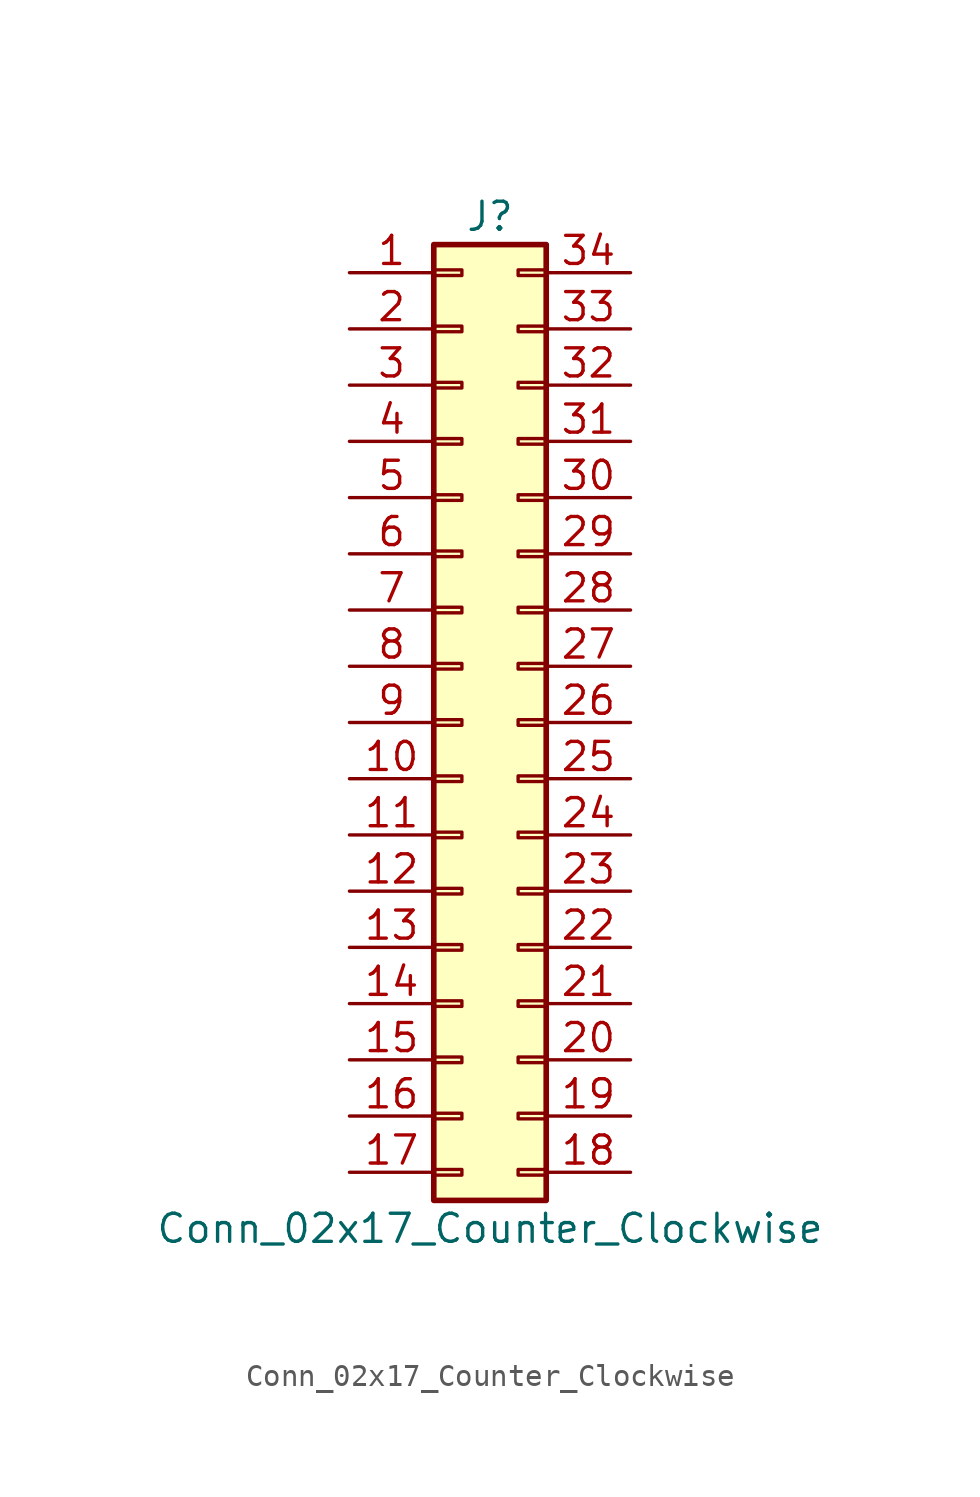
<source format=kicad_sym>
(kicad_symbol_lib
  (version 20201005)
  (generator kicad_symbol_editor)
  (symbol "Connector_Generic:Conn_02x17_Counter_Clockwise"
    (pin_names
      (offset 1.016) hide)
    (property "Reference" "J"
      (at 1.27 22.86 0)
      (effects (font (size 1.27 1.27))))
    (property "Value" "Conn_02x17_Counter_Clockwise"
      (at 1.27 -22.86 0)
      (effects (font (size 1.27 1.27))))
    (symbol "Conn_02x17_Counter_Clockwise_1_1"
      (rectangle (start -1.27 -4.953) (end 0 -5.207) (stroke (width 0.152)) (fill (type none)))
      (rectangle (start -1.27 -7.493) (end 0 -7.747) (stroke (width 0.152)) (fill (type none)))
      (rectangle (start -1.27 -10.033) (end 0 -10.287) (stroke (width 0.152)) (fill (type none)))
      (rectangle (start -1.27 -12.573) (end 0 -12.827) (stroke (width 0.152)) (fill (type none)))
      (rectangle (start -1.27 -15.113) (end 0 -15.367) (stroke (width 0.152)) (fill (type none)))
      (rectangle (start -1.27 -17.653) (end 0 -17.907) (stroke (width 0.152)) (fill (type none)))
      (rectangle (start -1.27 -20.193) (end 0 -20.447) (stroke (width 0.152)) (fill (type none)))
      (rectangle (start -1.27 -2.413) (end 0 -2.667) (stroke (width 0.152)) (fill (type none)))
      (rectangle (start -1.27 2.667) (end 0 2.413) (stroke (width 0.152)) (fill (type none)))
      (rectangle (start -1.27 5.207) (end 0 4.953) (stroke (width 0.152)) (fill (type none)))
      (rectangle (start -1.27 7.747) (end 0 7.493) (stroke (width 0.152)) (fill (type none)))
      (rectangle (start -1.27 10.287) (end 0 10.033) (stroke (width 0.152)) (fill (type none)))
      (rectangle (start -1.27 0.127) (end 0 -0.127) (stroke (width 0.152)) (fill (type none)))
      (rectangle (start -1.27 12.827) (end 0 12.573) (stroke (width 0.152)) (fill (type none)))
      (rectangle (start -1.27 15.367) (end 0 15.113) (stroke (width 0.152)) (fill (type none)))
      (rectangle (start -1.27 17.907) (end 0 17.653) (stroke (width 0.152)) (fill (type none)))
      (rectangle (start -1.27 20.447) (end 0 20.193) (stroke (width 0.152)) (fill (type none)))
      (rectangle (start -1.27 21.59) (end 3.81 -21.59) (stroke (width 0.254)) (fill (type background)))
      (rectangle (start 3.81 -4.953) (end 2.54 -5.207) (stroke (width 0.152)) (fill (type none)))
      (rectangle (start 3.81 -7.493) (end 2.54 -7.747) (stroke (width 0.152)) (fill (type none)))
      (rectangle (start 3.81 -10.033) (end 2.54 -10.287) (stroke (width 0.152)) (fill (type none)))
      (rectangle (start 3.81 -12.573) (end 2.54 -12.827) (stroke (width 0.152)) (fill (type none)))
      (rectangle (start 3.81 -15.113) (end 2.54 -15.367) (stroke (width 0.152)) (fill (type none)))
      (rectangle (start 3.81 -17.653) (end 2.54 -17.907) (stroke (width 0.152)) (fill (type none)))
      (rectangle (start 3.81 -20.193) (end 2.54 -20.447) (stroke (width 0.152)) (fill (type none)))
      (rectangle (start 3.81 -2.413) (end 2.54 -2.667) (stroke (width 0.152)) (fill (type none)))
      (rectangle (start 3.81 2.667) (end 2.54 2.413) (stroke (width 0.152)) (fill (type none)))
      (rectangle (start 3.81 5.207) (end 2.54 4.953) (stroke (width 0.152)) (fill (type none)))
      (rectangle (start 3.81 7.747) (end 2.54 7.493) (stroke (width 0.152)) (fill (type none)))
      (rectangle (start 3.81 10.287) (end 2.54 10.033) (stroke (width 0.152)) (fill (type none)))
      (rectangle (start 3.81 0.127) (end 2.54 -0.127) (stroke (width 0.152)) (fill (type none)))
      (rectangle (start 3.81 12.827) (end 2.54 12.573) (stroke (width 0.152)) (fill (type none)))
      (rectangle (start 3.81 15.367) (end 2.54 15.113) (stroke (width 0.152)) (fill (type none)))
      (rectangle (start 3.81 17.907) (end 2.54 17.653) (stroke (width 0.152)) (fill (type none)))
      (rectangle (start 3.81 20.447) (end 2.54 20.193) (stroke (width 0.152)) (fill (type none)))
      (pin passive line (at -5.08 20.32 0) (length 3.81) (name "Pin_1" (effects (font (size 1.27 1.27)))) (number "1" (effects (font (size 1.27 1.27)))))
      (pin passive line (at -5.08 -2.54 0) (length 3.81) (name "Pin_10" (effects (font (size 1.27 1.27)))) (number "10" (effects (font (size 1.27 1.27)))))
      (pin passive line (at -5.08 -5.08 0) (length 3.81) (name "Pin_11" (effects (font (size 1.27 1.27)))) (number "11" (effects (font (size 1.27 1.27)))))
      (pin passive line (at -5.08 -7.62 0) (length 3.81) (name "Pin_12" (effects (font (size 1.27 1.27)))) (number "12" (effects (font (size 1.27 1.27)))))
      (pin passive line (at -5.08 -10.16 0) (length 3.81) (name "Pin_13" (effects (font (size 1.27 1.27)))) (number "13" (effects (font (size 1.27 1.27)))))
      (pin passive line (at -5.08 -12.7 0) (length 3.81) (name "Pin_14" (effects (font (size 1.27 1.27)))) (number "14" (effects (font (size 1.27 1.27)))))
      (pin passive line (at -5.08 -15.24 0) (length 3.81) (name "Pin_15" (effects (font (size 1.27 1.27)))) (number "15" (effects (font (size 1.27 1.27)))))
      (pin passive line (at -5.08 -17.78 0) (length 3.81) (name "Pin_16" (effects (font (size 1.27 1.27)))) (number "16" (effects (font (size 1.27 1.27)))))
      (pin passive line (at -5.08 -20.32 0) (length 3.81) (name "Pin_17" (effects (font (size 1.27 1.27)))) (number "17" (effects (font (size 1.27 1.27)))))
      (pin passive line (at 7.62 -20.32 180) (length 3.81) (name "Pin_18" (effects (font (size 1.27 1.27)))) (number "18" (effects (font (size 1.27 1.27)))))
      (pin passive line (at 7.62 -17.78 180) (length 3.81) (name "Pin_19" (effects (font (size 1.27 1.27)))) (number "19" (effects (font (size 1.27 1.27)))))
      (pin passive line (at -5.08 17.78 0) (length 3.81) (name "Pin_2" (effects (font (size 1.27 1.27)))) (number "2" (effects (font (size 1.27 1.27)))))
      (pin passive line (at 7.62 -15.24 180) (length 3.81) (name "Pin_20" (effects (font (size 1.27 1.27)))) (number "20" (effects (font (size 1.27 1.27)))))
      (pin passive line (at 7.62 -12.7 180) (length 3.81) (name "Pin_21" (effects (font (size 1.27 1.27)))) (number "21" (effects (font (size 1.27 1.27)))))
      (pin passive line (at 7.62 -10.16 180) (length 3.81) (name "Pin_22" (effects (font (size 1.27 1.27)))) (number "22" (effects (font (size 1.27 1.27)))))
      (pin passive line (at 7.62 -7.62 180) (length 3.81) (name "Pin_23" (effects (font (size 1.27 1.27)))) (number "23" (effects (font (size 1.27 1.27)))))
      (pin passive line (at 7.62 -5.08 180) (length 3.81) (name "Pin_24" (effects (font (size 1.27 1.27)))) (number "24" (effects (font (size 1.27 1.27)))))
      (pin passive line (at 7.62 -2.54 180) (length 3.81) (name "Pin_25" (effects (font (size 1.27 1.27)))) (number "25" (effects (font (size 1.27 1.27)))))
      (pin passive line (at 7.62 0 180) (length 3.81) (name "Pin_26" (effects (font (size 1.27 1.27)))) (number "26" (effects (font (size 1.27 1.27)))))
      (pin passive line (at 7.62 2.54 180) (length 3.81) (name "Pin_27" (effects (font (size 1.27 1.27)))) (number "27" (effects (font (size 1.27 1.27)))))
      (pin passive line (at 7.62 5.08 180) (length 3.81) (name "Pin_28" (effects (font (size 1.27 1.27)))) (number "28" (effects (font (size 1.27 1.27)))))
      (pin passive line (at 7.62 7.62 180) (length 3.81) (name "Pin_29" (effects (font (size 1.27 1.27)))) (number "29" (effects (font (size 1.27 1.27)))))
      (pin passive line (at -5.08 15.24 0) (length 3.81) (name "Pin_3" (effects (font (size 1.27 1.27)))) (number "3" (effects (font (size 1.27 1.27)))))
      (pin passive line (at 7.62 10.16 180) (length 3.81) (name "Pin_30" (effects (font (size 1.27 1.27)))) (number "30" (effects (font (size 1.27 1.27)))))
      (pin passive line (at 7.62 12.7 180) (length 3.81) (name "Pin_31" (effects (font (size 1.27 1.27)))) (number "31" (effects (font (size 1.27 1.27)))))
      (pin passive line (at 7.62 15.24 180) (length 3.81) (name "Pin_32" (effects (font (size 1.27 1.27)))) (number "32" (effects (font (size 1.27 1.27)))))
      (pin passive line (at 7.62 17.78 180) (length 3.81) (name "Pin_33" (effects (font (size 1.27 1.27)))) (number "33" (effects (font (size 1.27 1.27)))))
      (pin passive line (at 7.62 20.32 180) (length 3.81) (name "Pin_34" (effects (font (size 1.27 1.27)))) (number "34" (effects (font (size 1.27 1.27)))))
      (pin passive line (at -5.08 12.7 0) (length 3.81) (name "Pin_4" (effects (font (size 1.27 1.27)))) (number "4" (effects (font (size 1.27 1.27)))))
      (pin passive line (at -5.08 10.16 0) (length 3.81) (name "Pin_5" (effects (font (size 1.27 1.27)))) (number "5" (effects (font (size 1.27 1.27)))))
      (pin passive line (at -5.08 7.62 0) (length 3.81) (name "Pin_6" (effects (font (size 1.27 1.27)))) (number "6" (effects (font (size 1.27 1.27)))))
      (pin passive line (at -5.08 5.08 0) (length 3.81) (name "Pin_7" (effects (font (size 1.27 1.27)))) (number "7" (effects (font (size 1.27 1.27)))))
      (pin passive line (at -5.08 2.54 0) (length 3.81) (name "Pin_8" (effects (font (size 1.27 1.27)))) (number "8" (effects (font (size 1.27 1.27)))))
      (pin passive line (at -5.08 0 0) (length 3.81) (name "Pin_9" (effects (font (size 1.27 1.27)))) (number "9" (effects (font (size 1.27 1.27))))))))
</source>
